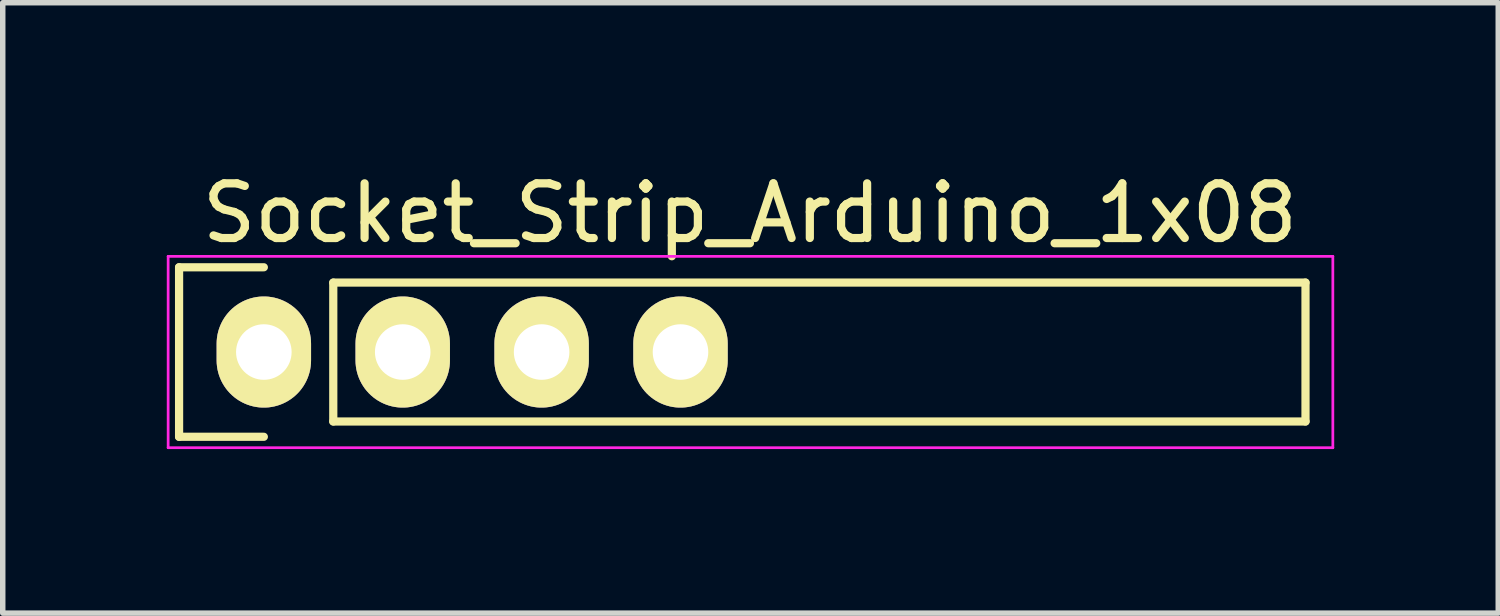
<source format=kicad_pcb>
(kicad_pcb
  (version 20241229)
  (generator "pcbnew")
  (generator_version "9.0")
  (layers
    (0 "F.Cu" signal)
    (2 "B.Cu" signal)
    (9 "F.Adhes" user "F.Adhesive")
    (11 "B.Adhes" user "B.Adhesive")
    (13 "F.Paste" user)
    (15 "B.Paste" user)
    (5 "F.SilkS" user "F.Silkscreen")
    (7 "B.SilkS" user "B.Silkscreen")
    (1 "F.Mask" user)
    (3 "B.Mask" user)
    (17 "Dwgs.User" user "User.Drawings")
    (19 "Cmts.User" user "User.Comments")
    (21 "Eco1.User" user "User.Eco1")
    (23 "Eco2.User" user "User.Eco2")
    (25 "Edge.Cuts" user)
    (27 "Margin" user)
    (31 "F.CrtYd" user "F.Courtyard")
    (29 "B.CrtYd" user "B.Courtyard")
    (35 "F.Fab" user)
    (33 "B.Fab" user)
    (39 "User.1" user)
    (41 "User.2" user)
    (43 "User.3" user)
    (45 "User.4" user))
  (footprint "Socket_Strip_Arduino_1x08"
    (layer "F.Cu")
    (at 1.775 3.388)
    (property "Reference" "Socket_Strip_Arduino_1x08" (at 8.89 -2.54 0) (layer "F.SilkS") (effects (font (size 1 1) (thickness 0.15))))
    (attr through_hole)
    (fp_line (start -1.55 -1.55) (end -1.55 1.55) (stroke (width 0.15) (type solid)) (layer "F.SilkS"))
    (fp_line (start -1.55 1.55) (end 0 1.55) (stroke (width 0.15) (type solid)) (layer "F.SilkS"))
    (fp_line (start 0 -1.55) (end -1.55 -1.55) (stroke (width 0.15) (type solid)) (layer "F.SilkS"))
    (fp_line (start 1.27 1.27) (end 1.27 -1.27) (stroke (width 0.15) (type solid)) (layer "F.SilkS"))
    (fp_line (start 1.27 1.27) (end 19.05 1.27) (stroke (width 0.15) (type solid)) (layer "F.SilkS"))
    (fp_line (start 19.05 -1.27) (end 1.27 -1.27) (stroke (width 0.15) (type solid)) (layer "F.SilkS"))
    (fp_line (start 19.05 1.27) (end 19.05 -1.27) (stroke (width 0.15) (type solid)) (layer "F.SilkS"))
    (fp_line (start -1.75 -1.75) (end -1.75 1.75) (stroke (width 0.05) (type solid)) (layer "F.CrtYd"))
    (fp_line (start -1.75 -1.75) (end 19.55 -1.75) (stroke (width 0.05) (type solid)) (layer "F.CrtYd"))
    (fp_line (start -1.75 1.75) (end 19.55 1.75) (stroke (width 0.05) (type solid)) (layer "F.CrtYd"))
    (fp_line (start 19.55 -1.75) (end 19.55 1.75) (stroke (width 0.05) (type solid)) (layer "F.CrtYd"))
    (pad "1" thru_hole oval (at 0 0) (size 1.727 2.032) (drill 1.016) (layers "*.Cu" "*.Mask" "F.SilkS"))
    (pad "2" thru_hole oval (at 2.54 0) (size 1.727 2.032) (drill 1.016) (layers "*.Cu" "*.Mask" "F.SilkS"))
    (pad "3" thru_hole oval (at 5.08 0) (size 1.727 2.032) (drill 1.016) (layers "*.Cu" "*.Mask" "F.SilkS"))
    (pad "4" thru_hole oval (at 7.62 0) (size 1.727 2.032) (drill 1.016) (layers "*.Cu" "*.Mask" "F.SilkS")))
  (gr_rect
    (start -3 -3)
    (end 24.35 8.163)
    (stroke (width 0.1) (type default))
    (fill no)
    (layer "Edge.Cuts")))
</source>
